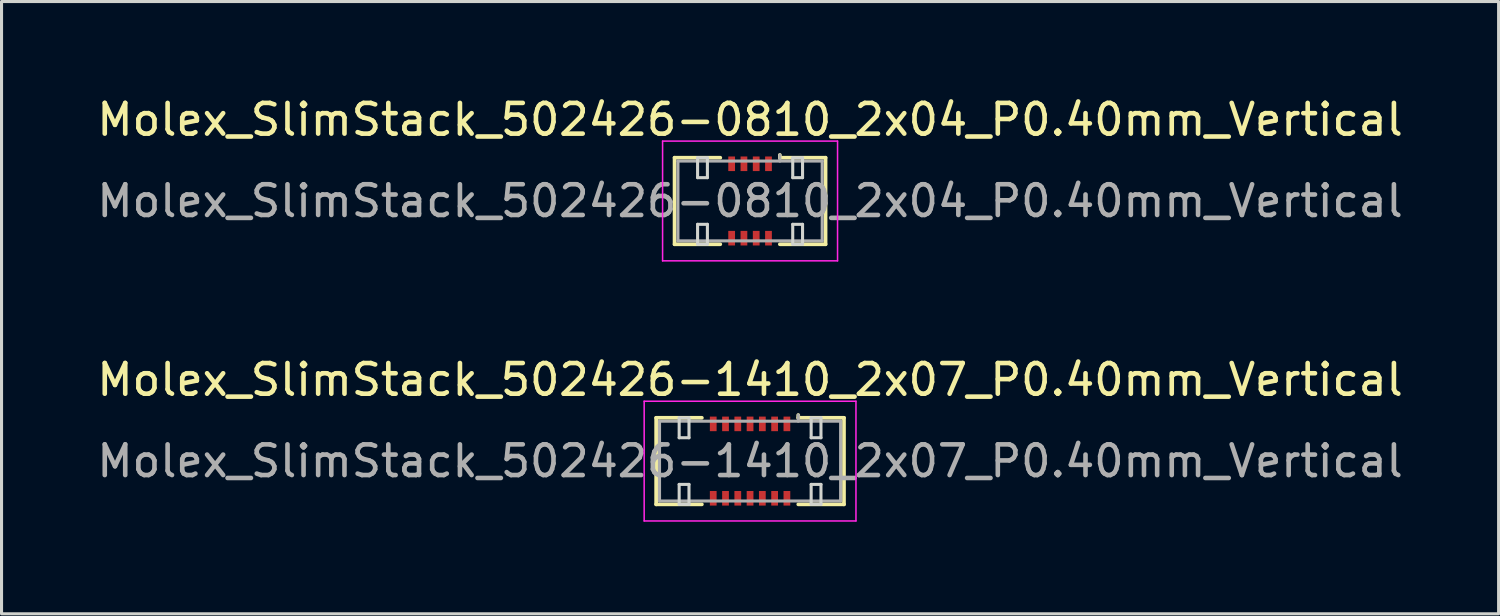
<source format=kicad_pcb>
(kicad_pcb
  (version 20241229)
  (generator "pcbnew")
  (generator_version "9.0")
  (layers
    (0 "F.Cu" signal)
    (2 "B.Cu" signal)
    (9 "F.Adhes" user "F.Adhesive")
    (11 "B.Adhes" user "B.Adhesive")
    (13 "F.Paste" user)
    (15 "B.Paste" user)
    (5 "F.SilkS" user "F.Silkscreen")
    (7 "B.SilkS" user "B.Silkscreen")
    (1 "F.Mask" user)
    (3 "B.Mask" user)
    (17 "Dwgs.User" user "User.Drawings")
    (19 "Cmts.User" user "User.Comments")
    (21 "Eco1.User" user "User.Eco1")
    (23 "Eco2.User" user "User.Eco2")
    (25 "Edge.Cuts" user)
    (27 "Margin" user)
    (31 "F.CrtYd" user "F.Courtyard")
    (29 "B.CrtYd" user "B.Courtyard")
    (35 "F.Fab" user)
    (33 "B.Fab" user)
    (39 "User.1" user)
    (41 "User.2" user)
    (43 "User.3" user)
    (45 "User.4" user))
  (footprint "Molex_SlimStack_502426-1410_2x07_P0.40mm_Vertical"
    (layer "F.Cu")
    (at 21.387 11.972)
    (property "Reference" "Molex_SlimStack_502426-1410_2x07_P0.40mm_Vertical" (at 0 -2.65 0) (layer "F.SilkS") (effects (font (size 1 1) (thickness 0.15))))
    (attr smd)
    (fp_line (start -3.06 -1.41) (end -1.57 -1.41) (stroke (width 0.12) (type solid)) (layer "F.SilkS"))
    (fp_line (start -3.06 1.41) (end -3.06 -1.41) (stroke (width 0.12) (type solid)) (layer "F.SilkS"))
    (fp_line (start -1.57 1.41) (end -3.06 1.41) (stroke (width 0.12) (type solid)) (layer "F.SilkS"))
    (fp_line (start 1.57 -1.41) (end 1.57 -1.5) (stroke (width 0.12) (type solid)) (layer "F.SilkS"))
    (fp_line (start 1.57 1.41) (end 3.06 1.41) (stroke (width 0.12) (type solid)) (layer "F.SilkS"))
    (fp_line (start 3.06 -1.41) (end 1.57 -1.41) (stroke (width 0.12) (type solid)) (layer "F.SilkS"))
    (fp_line (start 3.06 1.41) (end 3.06 -1.41) (stroke (width 0.12) (type solid)) (layer "F.SilkS"))
    (fp_line (start -2.31 -1.41) (end -2.31 -0.76) (stroke (width 0.1) (type solid)) (layer "Edge.Cuts"))
    (fp_line (start -2.31 -0.76) (end -1.99 -0.76) (stroke (width 0.1) (type solid)) (layer "Edge.Cuts"))
    (fp_line (start -2.31 0.76) (end -2.31 1.41) (stroke (width 0.1) (type solid)) (layer "Edge.Cuts"))
    (fp_line (start -2.31 1.41) (end -1.99 1.41) (stroke (width 0.1) (type solid)) (layer "Edge.Cuts"))
    (fp_line (start -1.99 -1.41) (end -2.31 -1.41) (stroke (width 0.1) (type solid)) (layer "Edge.Cuts"))
    (fp_line (start -1.99 -0.76) (end -1.99 -1.41) (stroke (width 0.1) (type solid)) (layer "Edge.Cuts"))
    (fp_line (start -1.99 0.76) (end -2.31 0.76) (stroke (width 0.1) (type solid)) (layer "Edge.Cuts"))
    (fp_line (start -1.99 1.41) (end -1.99 0.76) (stroke (width 0.1) (type solid)) (layer "Edge.Cuts"))
    (fp_line (start 1.99 -1.41) (end 1.99 -0.76) (stroke (width 0.1) (type solid)) (layer "Edge.Cuts"))
    (fp_line (start 1.99 -0.76) (end 2.31 -0.76) (stroke (width 0.1) (type solid)) (layer "Edge.Cuts"))
    (fp_line (start 1.99 0.76) (end 1.99 1.41) (stroke (width 0.1) (type solid)) (layer "Edge.Cuts"))
    (fp_line (start 1.99 1.41) (end 2.31 1.41) (stroke (width 0.1) (type solid)) (layer "Edge.Cuts"))
    (fp_line (start 2.31 -1.41) (end 1.99 -1.41) (stroke (width 0.1) (type solid)) (layer "Edge.Cuts"))
    (fp_line (start 2.31 -0.76) (end 2.31 -1.41) (stroke (width 0.1) (type solid)) (layer "Edge.Cuts"))
    (fp_line (start 2.31 0.76) (end 1.99 0.76) (stroke (width 0.1) (type solid)) (layer "Edge.Cuts"))
    (fp_line (start 2.31 1.41) (end 2.31 0.76) (stroke (width 0.1) (type solid)) (layer "Edge.Cuts"))
    (fp_line (start -3.45 -1.95) (end -3.45 1.95) (stroke (width 0.05) (type solid)) (layer "F.CrtYd"))
    (fp_line (start -3.45 1.95) (end 3.45 1.95) (stroke (width 0.05) (type solid)) (layer "F.CrtYd"))
    (fp_line (start 3.45 -1.95) (end -3.45 -1.95) (stroke (width 0.05) (type solid)) (layer "F.CrtYd"))
    (fp_line (start 3.45 1.95) (end 3.45 -1.95) (stroke (width 0.05) (type solid)) (layer "F.CrtYd"))
    (fp_line (start -2.95 -1.3) (end -2.95 1.3) (stroke (width 0.1) (type solid)) (layer "F.Fab"))
    (fp_line (start -2.95 1.3) (end 2.95 1.3) (stroke (width 0.1) (type solid)) (layer "F.Fab"))
    (fp_line (start 1.57 -1.3) (end 1.57 -1.5) (stroke (width 0.1) (type solid)) (layer "F.Fab"))
    (fp_line (start 2.95 -1.3) (end -2.95 -1.3) (stroke (width 0.1) (type solid)) (layer "F.Fab"))
    (fp_line (start 2.95 1.3) (end 2.95 -1.3) (stroke (width 0.1) (type solid)) (layer "F.Fab"))
    (fp_text user "${REFERENCE}" (at 0 0 0) (layer "F.Fab") (effects (font (size 1 1) (thickness 0.15))))
    (pad "1" smd rect (at 1.2 -1.212) (size 0.22 0.475) (layers "F.Cu" "F.Mask" "F.Paste"))
    (pad "2" smd rect (at 1.2 1.212) (size 0.22 0.475) (layers "F.Cu" "F.Mask" "F.Paste"))
    (pad "3" smd rect (at 0.8 -1.212) (size 0.22 0.475) (layers "F.Cu" "F.Mask" "F.Paste"))
    (pad "4" smd rect (at 0.8 1.212) (size 0.22 0.475) (layers "F.Cu" "F.Mask" "F.Paste"))
    (pad "5" smd rect (at 0.4 -1.212) (size 0.22 0.475) (layers "F.Cu" "F.Mask" "F.Paste"))
    (pad "6" smd rect (at 0.4 1.212) (size 0.22 0.475) (layers "F.Cu" "F.Mask" "F.Paste"))
    (pad "7" smd rect (at 0 -1.212) (size 0.22 0.475) (layers "F.Cu" "F.Mask" "F.Paste"))
    (pad "8" smd rect (at 0 1.212) (size 0.22 0.475) (layers "F.Cu" "F.Mask" "F.Paste"))
    (pad "9" smd rect (at -0.4 -1.212) (size 0.22 0.475) (layers "F.Cu" "F.Mask" "F.Paste"))
    (pad "10" smd rect (at -0.4 1.212) (size 0.22 0.475) (layers "F.Cu" "F.Mask" "F.Paste"))
    (pad "11" smd rect (at -0.8 -1.212) (size 0.22 0.475) (layers "F.Cu" "F.Mask" "F.Paste"))
    (pad "12" smd rect (at -0.8 1.212) (size 0.22 0.475) (layers "F.Cu" "F.Mask" "F.Paste"))
    (pad "13" smd rect (at -1.2 -1.212) (size 0.22 0.475) (layers "F.Cu" "F.Mask" "F.Paste"))
    (pad "14" smd rect (at -1.2 1.212) (size 0.22 0.475) (layers "F.Cu" "F.Mask" "F.Paste")))
  (footprint "Molex_SlimStack_502426-0810_2x04_P0.40mm_Vertical"
    (layer "F.Cu")
    (at 21.387 3.498)
    (property "Reference" "Molex_SlimStack_502426-0810_2x04_P0.40mm_Vertical" (at 0 -2.65 0) (layer "F.SilkS") (effects (font (size 1 1) (thickness 0.15))))
    (attr smd)
    (fp_line (start -2.46 -1.41) (end -0.97 -1.41) (stroke (width 0.12) (type solid)) (layer "F.SilkS"))
    (fp_line (start -2.46 1.41) (end -2.46 -1.41) (stroke (width 0.12) (type solid)) (layer "F.SilkS"))
    (fp_line (start -0.97 1.41) (end -2.46 1.41) (stroke (width 0.12) (type solid)) (layer "F.SilkS"))
    (fp_line (start 0.97 -1.41) (end 0.97 -1.5) (stroke (width 0.12) (type solid)) (layer "F.SilkS"))
    (fp_line (start 0.97 1.41) (end 2.46 1.41) (stroke (width 0.12) (type solid)) (layer "F.SilkS"))
    (fp_line (start 2.46 -1.41) (end 0.97 -1.41) (stroke (width 0.12) (type solid)) (layer "F.SilkS"))
    (fp_line (start 2.46 1.41) (end 2.46 -1.41) (stroke (width 0.12) (type solid)) (layer "F.SilkS"))
    (fp_line (start -1.71 -1.41) (end -1.71 -0.76) (stroke (width 0.1) (type solid)) (layer "Edge.Cuts"))
    (fp_line (start -1.71 -0.76) (end -1.39 -0.76) (stroke (width 0.1) (type solid)) (layer "Edge.Cuts"))
    (fp_line (start -1.71 0.76) (end -1.71 1.41) (stroke (width 0.1) (type solid)) (layer "Edge.Cuts"))
    (fp_line (start -1.71 1.41) (end -1.39 1.41) (stroke (width 0.1) (type solid)) (layer "Edge.Cuts"))
    (fp_line (start -1.39 -1.41) (end -1.71 -1.41) (stroke (width 0.1) (type solid)) (layer "Edge.Cuts"))
    (fp_line (start -1.39 -0.76) (end -1.39 -1.41) (stroke (width 0.1) (type solid)) (layer "Edge.Cuts"))
    (fp_line (start -1.39 0.76) (end -1.71 0.76) (stroke (width 0.1) (type solid)) (layer "Edge.Cuts"))
    (fp_line (start -1.39 1.41) (end -1.39 0.76) (stroke (width 0.1) (type solid)) (layer "Edge.Cuts"))
    (fp_line (start 1.39 -1.41) (end 1.39 -0.76) (stroke (width 0.1) (type solid)) (layer "Edge.Cuts"))
    (fp_line (start 1.39 -0.76) (end 1.71 -0.76) (stroke (width 0.1) (type solid)) (layer "Edge.Cuts"))
    (fp_line (start 1.39 0.76) (end 1.39 1.41) (stroke (width 0.1) (type solid)) (layer "Edge.Cuts"))
    (fp_line (start 1.39 1.41) (end 1.71 1.41) (stroke (width 0.1) (type solid)) (layer "Edge.Cuts"))
    (fp_line (start 1.71 -1.41) (end 1.39 -1.41) (stroke (width 0.1) (type solid)) (layer "Edge.Cuts"))
    (fp_line (start 1.71 -0.76) (end 1.71 -1.41) (stroke (width 0.1) (type solid)) (layer "Edge.Cuts"))
    (fp_line (start 1.71 0.76) (end 1.39 0.76) (stroke (width 0.1) (type solid)) (layer "Edge.Cuts"))
    (fp_line (start 1.71 1.41) (end 1.71 0.76) (stroke (width 0.1) (type solid)) (layer "Edge.Cuts"))
    (fp_line (start -2.85 -1.95) (end -2.85 1.95) (stroke (width 0.05) (type solid)) (layer "F.CrtYd"))
    (fp_line (start -2.85 1.95) (end 2.85 1.95) (stroke (width 0.05) (type solid)) (layer "F.CrtYd"))
    (fp_line (start 2.85 -1.95) (end -2.85 -1.95) (stroke (width 0.05) (type solid)) (layer "F.CrtYd"))
    (fp_line (start 2.85 1.95) (end 2.85 -1.95) (stroke (width 0.05) (type solid)) (layer "F.CrtYd"))
    (fp_line (start -2.35 -1.3) (end -2.35 1.3) (stroke (width 0.1) (type solid)) (layer "F.Fab"))
    (fp_line (start -2.35 1.3) (end 2.35 1.3) (stroke (width 0.1) (type solid)) (layer "F.Fab"))
    (fp_line (start 0.97 -1.3) (end 0.97 -1.5) (stroke (width 0.1) (type solid)) (layer "F.Fab"))
    (fp_line (start 2.35 -1.3) (end -2.35 -1.3) (stroke (width 0.1) (type solid)) (layer "F.Fab"))
    (fp_line (start 2.35 1.3) (end 2.35 -1.3) (stroke (width 0.1) (type solid)) (layer "F.Fab"))
    (fp_text user "${REFERENCE}" (at 0 0 0) (layer "F.Fab") (effects (font (size 1 1) (thickness 0.15))))
    (pad "1" smd rect (at 0.6 -1.212) (size 0.22 0.475) (layers "F.Cu" "F.Mask" "F.Paste"))
    (pad "2" smd rect (at 0.6 1.212) (size 0.22 0.475) (layers "F.Cu" "F.Mask" "F.Paste"))
    (pad "3" smd rect (at 0.2 -1.212) (size 0.22 0.475) (layers "F.Cu" "F.Mask" "F.Paste"))
    (pad "4" smd rect (at 0.2 1.212) (size 0.22 0.475) (layers "F.Cu" "F.Mask" "F.Paste"))
    (pad "5" smd rect (at -0.2 -1.212) (size 0.22 0.475) (layers "F.Cu" "F.Mask" "F.Paste"))
    (pad "6" smd rect (at -0.2 1.212) (size 0.22 0.475) (layers "F.Cu" "F.Mask" "F.Paste"))
    (pad "7" smd rect (at -0.6 -1.212) (size 0.22 0.475) (layers "F.Cu" "F.Mask" "F.Paste"))
    (pad "8" smd rect (at -0.6 1.212) (size 0.22 0.475) (layers "F.Cu" "F.Mask" "F.Paste")))
  (gr_rect
    (start -3 -3)
    (end 45.774 16.947)
    (stroke (width 0.1) (type default))
    (fill no)
    (layer "Edge.Cuts")))
</source>
